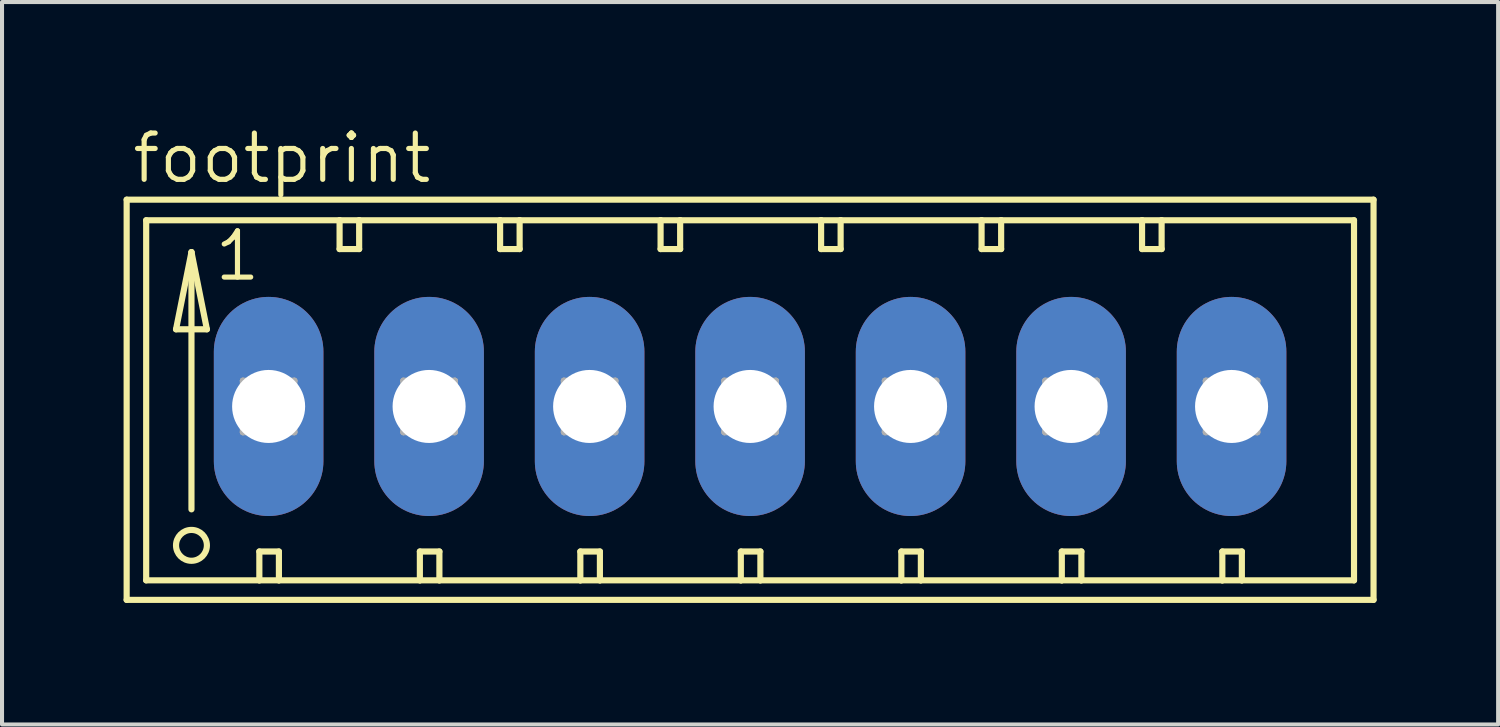
<source format=kicad_pcb>
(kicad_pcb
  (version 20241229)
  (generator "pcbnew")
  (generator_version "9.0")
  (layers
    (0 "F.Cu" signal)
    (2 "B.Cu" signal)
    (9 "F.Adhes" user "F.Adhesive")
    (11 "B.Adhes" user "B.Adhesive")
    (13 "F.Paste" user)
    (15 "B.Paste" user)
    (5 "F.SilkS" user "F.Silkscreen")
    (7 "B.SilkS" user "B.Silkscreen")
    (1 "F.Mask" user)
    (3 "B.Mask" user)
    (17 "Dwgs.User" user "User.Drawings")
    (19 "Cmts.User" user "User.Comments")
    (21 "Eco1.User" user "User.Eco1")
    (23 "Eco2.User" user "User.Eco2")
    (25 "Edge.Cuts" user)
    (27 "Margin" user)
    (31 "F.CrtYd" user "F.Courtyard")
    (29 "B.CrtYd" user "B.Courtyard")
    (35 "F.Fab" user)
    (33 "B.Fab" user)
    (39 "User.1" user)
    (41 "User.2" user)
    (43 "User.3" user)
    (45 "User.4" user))
  (footprint "footprint"
    (layer "F.Cu")
    (at 15.469 6.985)
    (property "Reference" "footprint" (at -15.316 -5.461 0) (layer "F.SilkS") (effects (font (size 1.143 1.143) (thickness 0.127)) (justify left bottom)))
    (fp_line (start -15.392 -5.105) (end -15.392 4.775) (stroke (width 0.152) (type solid)) (layer "F.SilkS"))
    (fp_line (start -15.392 4.775) (end 15.392 4.775) (stroke (width 0.152) (type solid)) (layer "F.SilkS"))
    (fp_line (start -14.91 -4.597) (end -14.91 4.293) (stroke (width 0.152) (type solid)) (layer "F.SilkS"))
    (fp_line (start -14.91 4.293) (end -12.116 4.293) (stroke (width 0.152) (type solid)) (layer "F.SilkS"))
    (fp_line (start -14.173 -1.905) (end -13.411 -1.905) (stroke (width 0.152) (type solid)) (layer "F.SilkS"))
    (fp_line (start -13.792 -3.81) (end -14.173 -1.905) (stroke (width 0.152) (type solid)) (layer "F.SilkS"))
    (fp_line (start -13.792 -3.81) (end -13.411 -1.905) (stroke (width 0.152) (type solid)) (layer "F.SilkS"))
    (fp_line (start -13.792 2.54) (end -13.792 -3.81) (stroke (width 0.152) (type solid)) (layer "F.SilkS"))
    (fp_line (start -12.116 3.581) (end -12.116 4.293) (stroke (width 0.152) (type solid)) (layer "F.SilkS"))
    (fp_line (start -12.116 3.581) (end -11.633 3.581) (stroke (width 0.152) (type solid)) (layer "F.SilkS"))
    (fp_line (start -12.116 4.293) (end -11.633 4.293) (stroke (width 0.152) (type solid)) (layer "F.SilkS"))
    (fp_line (start -11.633 3.581) (end -11.633 4.293) (stroke (width 0.152) (type solid)) (layer "F.SilkS"))
    (fp_line (start -11.633 4.293) (end -8.153 4.293) (stroke (width 0.152) (type solid)) (layer "F.SilkS"))
    (fp_line (start -10.135 -4.597) (end -14.91 -4.597) (stroke (width 0.152) (type solid)) (layer "F.SilkS"))
    (fp_line (start -10.135 -4.597) (end -10.135 -3.886) (stroke (width 0.152) (type solid)) (layer "F.SilkS"))
    (fp_line (start -10.135 -3.886) (end -9.652 -3.886) (stroke (width 0.152) (type solid)) (layer "F.SilkS"))
    (fp_line (start -9.652 -4.597) (end -10.135 -4.597) (stroke (width 0.152) (type solid)) (layer "F.SilkS"))
    (fp_line (start -9.652 -3.886) (end -9.652 -4.597) (stroke (width 0.152) (type solid)) (layer "F.SilkS"))
    (fp_line (start -8.153 3.581) (end -8.153 4.293) (stroke (width 0.152) (type solid)) (layer "F.SilkS"))
    (fp_line (start -8.153 3.581) (end -7.671 3.581) (stroke (width 0.152) (type solid)) (layer "F.SilkS"))
    (fp_line (start -8.153 4.293) (end -7.671 4.293) (stroke (width 0.152) (type solid)) (layer "F.SilkS"))
    (fp_line (start -7.671 3.581) (end -7.671 4.293) (stroke (width 0.152) (type solid)) (layer "F.SilkS"))
    (fp_line (start -7.671 4.293) (end -4.191 4.293) (stroke (width 0.152) (type solid)) (layer "F.SilkS"))
    (fp_line (start -6.172 -4.597) (end -9.652 -4.597) (stroke (width 0.152) (type solid)) (layer "F.SilkS"))
    (fp_line (start -6.172 -3.886) (end -6.172 -4.597) (stroke (width 0.152) (type solid)) (layer "F.SilkS"))
    (fp_line (start -6.172 -3.886) (end -5.69 -3.886) (stroke (width 0.152) (type solid)) (layer "F.SilkS"))
    (fp_line (start -5.69 -4.597) (end -6.172 -4.597) (stroke (width 0.152) (type solid)) (layer "F.SilkS"))
    (fp_line (start -5.69 -3.886) (end -5.69 -4.597) (stroke (width 0.152) (type solid)) (layer "F.SilkS"))
    (fp_line (start -4.191 3.581) (end -4.191 4.293) (stroke (width 0.152) (type solid)) (layer "F.SilkS"))
    (fp_line (start -4.191 3.581) (end -3.708 3.581) (stroke (width 0.152) (type solid)) (layer "F.SilkS"))
    (fp_line (start -4.191 4.293) (end -3.708 4.293) (stroke (width 0.152) (type solid)) (layer "F.SilkS"))
    (fp_line (start -3.708 3.581) (end -3.708 4.293) (stroke (width 0.152) (type solid)) (layer "F.SilkS"))
    (fp_line (start -3.708 4.293) (end -0.229 4.293) (stroke (width 0.152) (type solid)) (layer "F.SilkS"))
    (fp_line (start -2.21 -4.597) (end -5.69 -4.597) (stroke (width 0.152) (type solid)) (layer "F.SilkS"))
    (fp_line (start -2.21 -3.886) (end -2.21 -4.597) (stroke (width 0.152) (type solid)) (layer "F.SilkS"))
    (fp_line (start -2.21 -3.886) (end -1.727 -3.886) (stroke (width 0.152) (type solid)) (layer "F.SilkS"))
    (fp_line (start -1.727 -4.597) (end -2.21 -4.597) (stroke (width 0.152) (type solid)) (layer "F.SilkS"))
    (fp_line (start -1.727 -3.886) (end -1.727 -4.597) (stroke (width 0.152) (type solid)) (layer "F.SilkS"))
    (fp_line (start -0.229 3.581) (end -0.229 4.293) (stroke (width 0.152) (type solid)) (layer "F.SilkS"))
    (fp_line (start -0.229 3.581) (end 0.254 3.581) (stroke (width 0.152) (type solid)) (layer "F.SilkS"))
    (fp_line (start -0.229 4.293) (end 0.254 4.293) (stroke (width 0.152) (type solid)) (layer "F.SilkS"))
    (fp_line (start 0.254 3.581) (end 0.254 4.293) (stroke (width 0.152) (type solid)) (layer "F.SilkS"))
    (fp_line (start 0.254 4.293) (end 3.734 4.293) (stroke (width 0.152) (type solid)) (layer "F.SilkS"))
    (fp_line (start 1.753 -4.597) (end -1.727 -4.597) (stroke (width 0.152) (type solid)) (layer "F.SilkS"))
    (fp_line (start 1.753 -3.886) (end 1.753 -4.597) (stroke (width 0.152) (type solid)) (layer "F.SilkS"))
    (fp_line (start 1.753 -3.886) (end 2.235 -3.886) (stroke (width 0.152) (type solid)) (layer "F.SilkS"))
    (fp_line (start 2.235 -4.597) (end 1.753 -4.597) (stroke (width 0.152) (type solid)) (layer "F.SilkS"))
    (fp_line (start 2.235 -3.886) (end 2.235 -4.597) (stroke (width 0.152) (type solid)) (layer "F.SilkS"))
    (fp_line (start 3.734 3.581) (end 3.734 4.293) (stroke (width 0.152) (type solid)) (layer "F.SilkS"))
    (fp_line (start 3.734 3.581) (end 4.216 3.581) (stroke (width 0.152) (type solid)) (layer "F.SilkS"))
    (fp_line (start 3.734 4.293) (end 4.216 4.293) (stroke (width 0.152) (type solid)) (layer "F.SilkS"))
    (fp_line (start 4.216 3.581) (end 4.216 4.293) (stroke (width 0.152) (type solid)) (layer "F.SilkS"))
    (fp_line (start 4.216 4.293) (end 7.696 4.293) (stroke (width 0.152) (type solid)) (layer "F.SilkS"))
    (fp_line (start 5.715 -4.597) (end 2.235 -4.597) (stroke (width 0.152) (type solid)) (layer "F.SilkS"))
    (fp_line (start 5.715 -3.886) (end 5.715 -4.597) (stroke (width 0.152) (type solid)) (layer "F.SilkS"))
    (fp_line (start 5.715 -3.886) (end 6.198 -3.886) (stroke (width 0.152) (type solid)) (layer "F.SilkS"))
    (fp_line (start 6.198 -4.597) (end 5.715 -4.597) (stroke (width 0.152) (type solid)) (layer "F.SilkS"))
    (fp_line (start 6.198 -3.886) (end 6.198 -4.597) (stroke (width 0.152) (type solid)) (layer "F.SilkS"))
    (fp_line (start 7.696 3.581) (end 7.696 4.293) (stroke (width 0.152) (type solid)) (layer "F.SilkS"))
    (fp_line (start 7.696 3.581) (end 8.179 3.581) (stroke (width 0.152) (type solid)) (layer "F.SilkS"))
    (fp_line (start 7.696 4.293) (end 8.179 4.293) (stroke (width 0.152) (type solid)) (layer "F.SilkS"))
    (fp_line (start 8.179 3.581) (end 8.179 4.293) (stroke (width 0.152) (type solid)) (layer "F.SilkS"))
    (fp_line (start 8.179 4.293) (end 11.659 4.293) (stroke (width 0.152) (type solid)) (layer "F.SilkS"))
    (fp_line (start 9.677 -4.597) (end 6.198 -4.597) (stroke (width 0.152) (type solid)) (layer "F.SilkS"))
    (fp_line (start 9.677 -3.886) (end 9.677 -4.597) (stroke (width 0.152) (type solid)) (layer "F.SilkS"))
    (fp_line (start 9.677 -3.886) (end 10.16 -3.886) (stroke (width 0.152) (type solid)) (layer "F.SilkS"))
    (fp_line (start 10.16 -4.597) (end 9.677 -4.597) (stroke (width 0.152) (type solid)) (layer "F.SilkS"))
    (fp_line (start 10.16 -3.886) (end 10.16 -4.597) (stroke (width 0.152) (type solid)) (layer "F.SilkS"))
    (fp_line (start 11.659 3.581) (end 11.659 4.293) (stroke (width 0.152) (type solid)) (layer "F.SilkS"))
    (fp_line (start 11.659 3.581) (end 12.141 3.581) (stroke (width 0.152) (type solid)) (layer "F.SilkS"))
    (fp_line (start 11.659 4.293) (end 12.141 4.293) (stroke (width 0.152) (type solid)) (layer "F.SilkS"))
    (fp_line (start 12.141 3.581) (end 12.141 4.293) (stroke (width 0.152) (type solid)) (layer "F.SilkS"))
    (fp_line (start 12.141 4.293) (end 14.91 4.293) (stroke (width 0.152) (type solid)) (layer "F.SilkS"))
    (fp_line (start 14.91 -4.597) (end 10.16 -4.597) (stroke (width 0.152) (type solid)) (layer "F.SilkS"))
    (fp_line (start 14.91 4.293) (end 14.91 -4.597) (stroke (width 0.152) (type solid)) (layer "F.SilkS"))
    (fp_line (start 15.392 -5.105) (end -15.392 -5.105) (stroke (width 0.152) (type solid)) (layer "F.SilkS"))
    (fp_line (start 15.392 4.775) (end 15.392 -5.105) (stroke (width 0.152) (type solid)) (layer "F.SilkS"))
    (fp_circle (center -13.792 3.429) (end -13.411 3.429) (stroke (width 0.152) (type solid)) (fill no) (layer "F.SilkS"))
    (fp_line (start -12.522 -0.635) (end -12.522 0.635) (stroke (width 0.152) (type solid)) (layer "F.Fab"))
    (fp_line (start -12.522 -0.635) (end -11.252 0.635) (stroke (width 0.152) (type solid)) (layer "F.Fab"))
    (fp_line (start -12.522 0.635) (end -11.252 0.635) (stroke (width 0.152) (type solid)) (layer "F.Fab"))
    (fp_line (start -11.252 -0.635) (end -12.522 -0.635) (stroke (width 0.152) (type solid)) (layer "F.Fab"))
    (fp_line (start -11.252 -0.635) (end -12.522 0.635) (stroke (width 0.152) (type solid)) (layer "F.Fab"))
    (fp_line (start -11.252 0.635) (end -11.252 -0.635) (stroke (width 0.152) (type solid)) (layer "F.Fab"))
    (fp_line (start -8.56 -0.635) (end -8.56 0.635) (stroke (width 0.152) (type solid)) (layer "F.Fab"))
    (fp_line (start -8.56 -0.635) (end -7.29 0.635) (stroke (width 0.152) (type solid)) (layer "F.Fab"))
    (fp_line (start -8.56 0.635) (end -7.29 0.635) (stroke (width 0.152) (type solid)) (layer "F.Fab"))
    (fp_line (start -7.29 -0.635) (end -8.56 -0.635) (stroke (width 0.152) (type solid)) (layer "F.Fab"))
    (fp_line (start -7.29 -0.635) (end -8.56 0.635) (stroke (width 0.152) (type solid)) (layer "F.Fab"))
    (fp_line (start -7.29 0.635) (end -7.29 -0.635) (stroke (width 0.152) (type solid)) (layer "F.Fab"))
    (fp_line (start -4.597 -0.635) (end -4.597 0.635) (stroke (width 0.152) (type solid)) (layer "F.Fab"))
    (fp_line (start -4.597 -0.635) (end -3.327 0.635) (stroke (width 0.152) (type solid)) (layer "F.Fab"))
    (fp_line (start -4.597 0.635) (end -3.327 0.635) (stroke (width 0.152) (type solid)) (layer "F.Fab"))
    (fp_line (start -3.327 -0.635) (end -4.597 -0.635) (stroke (width 0.152) (type solid)) (layer "F.Fab"))
    (fp_line (start -3.327 -0.635) (end -4.597 0.635) (stroke (width 0.152) (type solid)) (layer "F.Fab"))
    (fp_line (start -3.327 0.635) (end -3.327 -0.635) (stroke (width 0.152) (type solid)) (layer "F.Fab"))
    (fp_line (start -0.635 -0.635) (end -0.635 0.635) (stroke (width 0.152) (type solid)) (layer "F.Fab"))
    (fp_line (start -0.635 -0.635) (end 0.635 0.635) (stroke (width 0.152) (type solid)) (layer "F.Fab"))
    (fp_line (start -0.635 0.635) (end 0.635 0.635) (stroke (width 0.152) (type solid)) (layer "F.Fab"))
    (fp_line (start 0.635 -0.635) (end -0.635 -0.635) (stroke (width 0.152) (type solid)) (layer "F.Fab"))
    (fp_line (start 0.635 -0.635) (end -0.635 0.635) (stroke (width 0.152) (type solid)) (layer "F.Fab"))
    (fp_line (start 0.635 0.635) (end 0.635 -0.635) (stroke (width 0.152) (type solid)) (layer "F.Fab"))
    (fp_line (start 3.327 -0.635) (end 3.327 0.635) (stroke (width 0.152) (type solid)) (layer "F.Fab"))
    (fp_line (start 3.327 -0.635) (end 4.597 0.635) (stroke (width 0.152) (type solid)) (layer "F.Fab"))
    (fp_line (start 3.327 0.635) (end 4.597 0.635) (stroke (width 0.152) (type solid)) (layer "F.Fab"))
    (fp_line (start 4.597 -0.635) (end 3.327 -0.635) (stroke (width 0.152) (type solid)) (layer "F.Fab"))
    (fp_line (start 4.597 -0.635) (end 3.327 0.635) (stroke (width 0.152) (type solid)) (layer "F.Fab"))
    (fp_line (start 4.597 0.635) (end 4.597 -0.635) (stroke (width 0.152) (type solid)) (layer "F.Fab"))
    (fp_line (start 7.29 -0.635) (end 7.29 0.635) (stroke (width 0.152) (type solid)) (layer "F.Fab"))
    (fp_line (start 7.29 -0.635) (end 8.56 0.635) (stroke (width 0.152) (type solid)) (layer "F.Fab"))
    (fp_line (start 7.29 0.635) (end 8.56 0.635) (stroke (width 0.152) (type solid)) (layer "F.Fab"))
    (fp_line (start 8.56 -0.635) (end 7.29 -0.635) (stroke (width 0.152) (type solid)) (layer "F.Fab"))
    (fp_line (start 8.56 -0.635) (end 7.29 0.635) (stroke (width 0.152) (type solid)) (layer "F.Fab"))
    (fp_line (start 8.56 0.635) (end 8.56 -0.635) (stroke (width 0.152) (type solid)) (layer "F.Fab"))
    (fp_line (start 11.252 -0.635) (end 11.252 0.635) (stroke (width 0.152) (type solid)) (layer "F.Fab"))
    (fp_line (start 11.252 -0.635) (end 12.522 0.635) (stroke (width 0.152) (type solid)) (layer "F.Fab"))
    (fp_line (start 11.252 0.635) (end 12.522 0.635) (stroke (width 0.152) (type solid)) (layer "F.Fab"))
    (fp_line (start 12.522 -0.635) (end 11.252 -0.635) (stroke (width 0.152) (type solid)) (layer "F.Fab"))
    (fp_line (start 12.522 -0.635) (end 11.252 0.635) (stroke (width 0.152) (type solid)) (layer "F.Fab"))
    (fp_line (start 12.522 0.635) (end 12.522 -0.635) (stroke (width 0.152) (type solid)) (layer "F.Fab"))
    (fp_text user "1" (at -13.284 -3.048 0) (layer "F.SilkS") (effects (font (size 1.143 1.143) (thickness 0.127)) (justify left bottom)))
    (pad "1" thru_hole oval (at -11.887 0 90) (size 5.41 2.705) (drill 1.803) (layers "*.Cu" "*.Mask"))
    (pad "2" thru_hole oval (at -7.925 0 90) (size 5.41 2.705) (drill 1.803) (layers "*.Cu" "*.Mask"))
    (pad "3" thru_hole oval (at -3.962 0 90) (size 5.41 2.705) (drill 1.803) (layers "*.Cu" "*.Mask"))
    (pad "4" thru_hole oval (at 0 0 90) (size 5.41 2.705) (drill 1.803) (layers "*.Cu" "*.Mask"))
    (pad "5" thru_hole oval (at 3.962 0 90) (size 5.41 2.705) (drill 1.803) (layers "*.Cu" "*.Mask"))
    (pad "6" thru_hole oval (at 7.925 0 90) (size 5.41 2.705) (drill 1.803) (layers "*.Cu" "*.Mask"))
    (pad "7" thru_hole oval (at 11.887 0 90) (size 5.41 2.705) (drill 1.803) (layers "*.Cu" "*.Mask")))
  (gr_rect
    (start -3 -3)
    (end 33.937 14.836)
    (stroke (width 0.1) (type default))
    (fill no)
    (layer "Edge.Cuts")))
</source>
